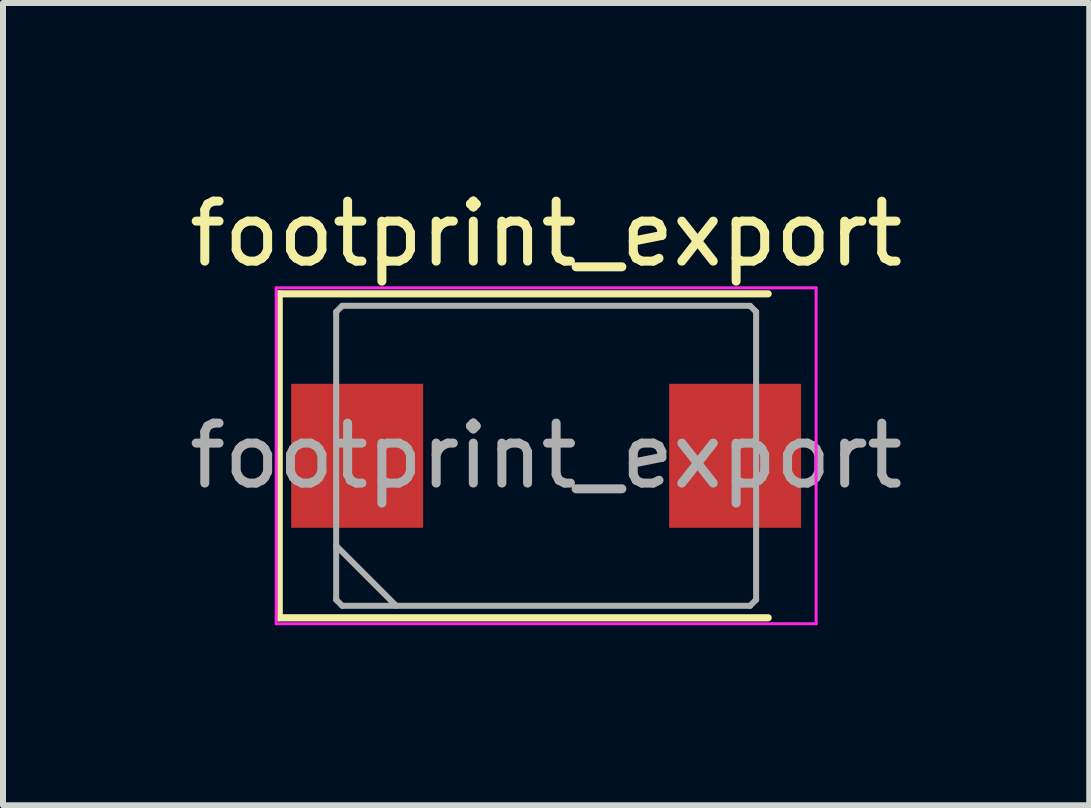
<source format=kicad_pcb>
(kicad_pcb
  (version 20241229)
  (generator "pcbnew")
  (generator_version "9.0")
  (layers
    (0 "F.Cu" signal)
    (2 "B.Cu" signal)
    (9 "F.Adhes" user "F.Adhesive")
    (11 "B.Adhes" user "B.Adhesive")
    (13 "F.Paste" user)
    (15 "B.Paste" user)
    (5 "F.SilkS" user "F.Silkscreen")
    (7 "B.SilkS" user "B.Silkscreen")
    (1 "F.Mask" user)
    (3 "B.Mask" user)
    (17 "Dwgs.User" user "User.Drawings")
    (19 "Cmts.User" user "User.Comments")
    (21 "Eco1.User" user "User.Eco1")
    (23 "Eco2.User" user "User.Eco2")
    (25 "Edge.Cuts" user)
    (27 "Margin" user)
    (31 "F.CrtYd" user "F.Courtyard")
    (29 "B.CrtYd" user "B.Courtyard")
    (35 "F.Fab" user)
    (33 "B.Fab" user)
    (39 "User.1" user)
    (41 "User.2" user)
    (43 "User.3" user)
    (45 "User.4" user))
  (footprint "footprint_export"
    (layer "F.Cu")
    (at 6.054 4.548)
    (property "Reference" "footprint_export" (at 0 -3.7 0) (layer "F.SilkS") (effects (font (size 1 1) (thickness 0.15))))
    (attr smd)
    (fp_line (start -4.45 -2.7) (end -4.45 2.7) (stroke (width 0.12) (type solid)) (layer "F.SilkS"))
    (fp_line (start -4.45 2.7) (end 3.7 2.7) (stroke (width 0.12) (type solid)) (layer "F.SilkS"))
    (fp_line (start 3.7 -2.7) (end -4.45 -2.7) (stroke (width 0.12) (type solid)) (layer "F.SilkS"))
    (fp_line (start -4.5 -2.8) (end -4.5 2.8) (stroke (width 0.05) (type solid)) (layer "F.CrtYd"))
    (fp_line (start -4.5 2.8) (end 4.5 2.8) (stroke (width 0.05) (type solid)) (layer "F.CrtYd"))
    (fp_line (start 4.5 -2.8) (end -4.5 -2.8) (stroke (width 0.05) (type solid)) (layer "F.CrtYd"))
    (fp_line (start 4.5 2.8) (end 4.5 -2.8) (stroke (width 0.05) (type solid)) (layer "F.CrtYd"))
    (fp_line (start -3.5 -2.4) (end -3.4 -2.5) (stroke (width 0.1) (type solid)) (layer "F.Fab"))
    (fp_line (start -3.5 1.5) (end -2.5 2.5) (stroke (width 0.1) (type solid)) (layer "F.Fab"))
    (fp_line (start -3.5 2.4) (end -3.5 -2.4) (stroke (width 0.1) (type solid)) (layer "F.Fab"))
    (fp_line (start -3.4 -2.5) (end 3.4 -2.5) (stroke (width 0.1) (type solid)) (layer "F.Fab"))
    (fp_line (start -3.4 2.5) (end -3.5 2.4) (stroke (width 0.1) (type solid)) (layer "F.Fab"))
    (fp_line (start 3.4 -2.5) (end 3.5 -2.4) (stroke (width 0.1) (type solid)) (layer "F.Fab"))
    (fp_line (start 3.4 2.5) (end -3.4 2.5) (stroke (width 0.1) (type solid)) (layer "F.Fab"))
    (fp_line (start 3.5 -2.4) (end 3.5 2.4) (stroke (width 0.1) (type solid)) (layer "F.Fab"))
    (fp_line (start 3.5 2.4) (end 3.4 2.5) (stroke (width 0.1) (type solid)) (layer "F.Fab"))
    (fp_text user "${REFERENCE}" (at 0 0 0) (layer "F.Fab") (effects (font (size 1 1) (thickness 0.15))))
    (pad "1" smd rect (at -3.15 0) (size 2.2 2.4) (layers "F.Cu" "F.Mask" "F.Paste"))
    (pad "2" smd rect (at 3.15 0) (size 2.2 2.4) (layers "F.Cu" "F.Mask" "F.Paste")))
  (gr_rect
    (start -3 -3)
    (end 15.107 10.373)
    (stroke (width 0.1) (type default))
    (fill no)
    (layer "Edge.Cuts")))
</source>
